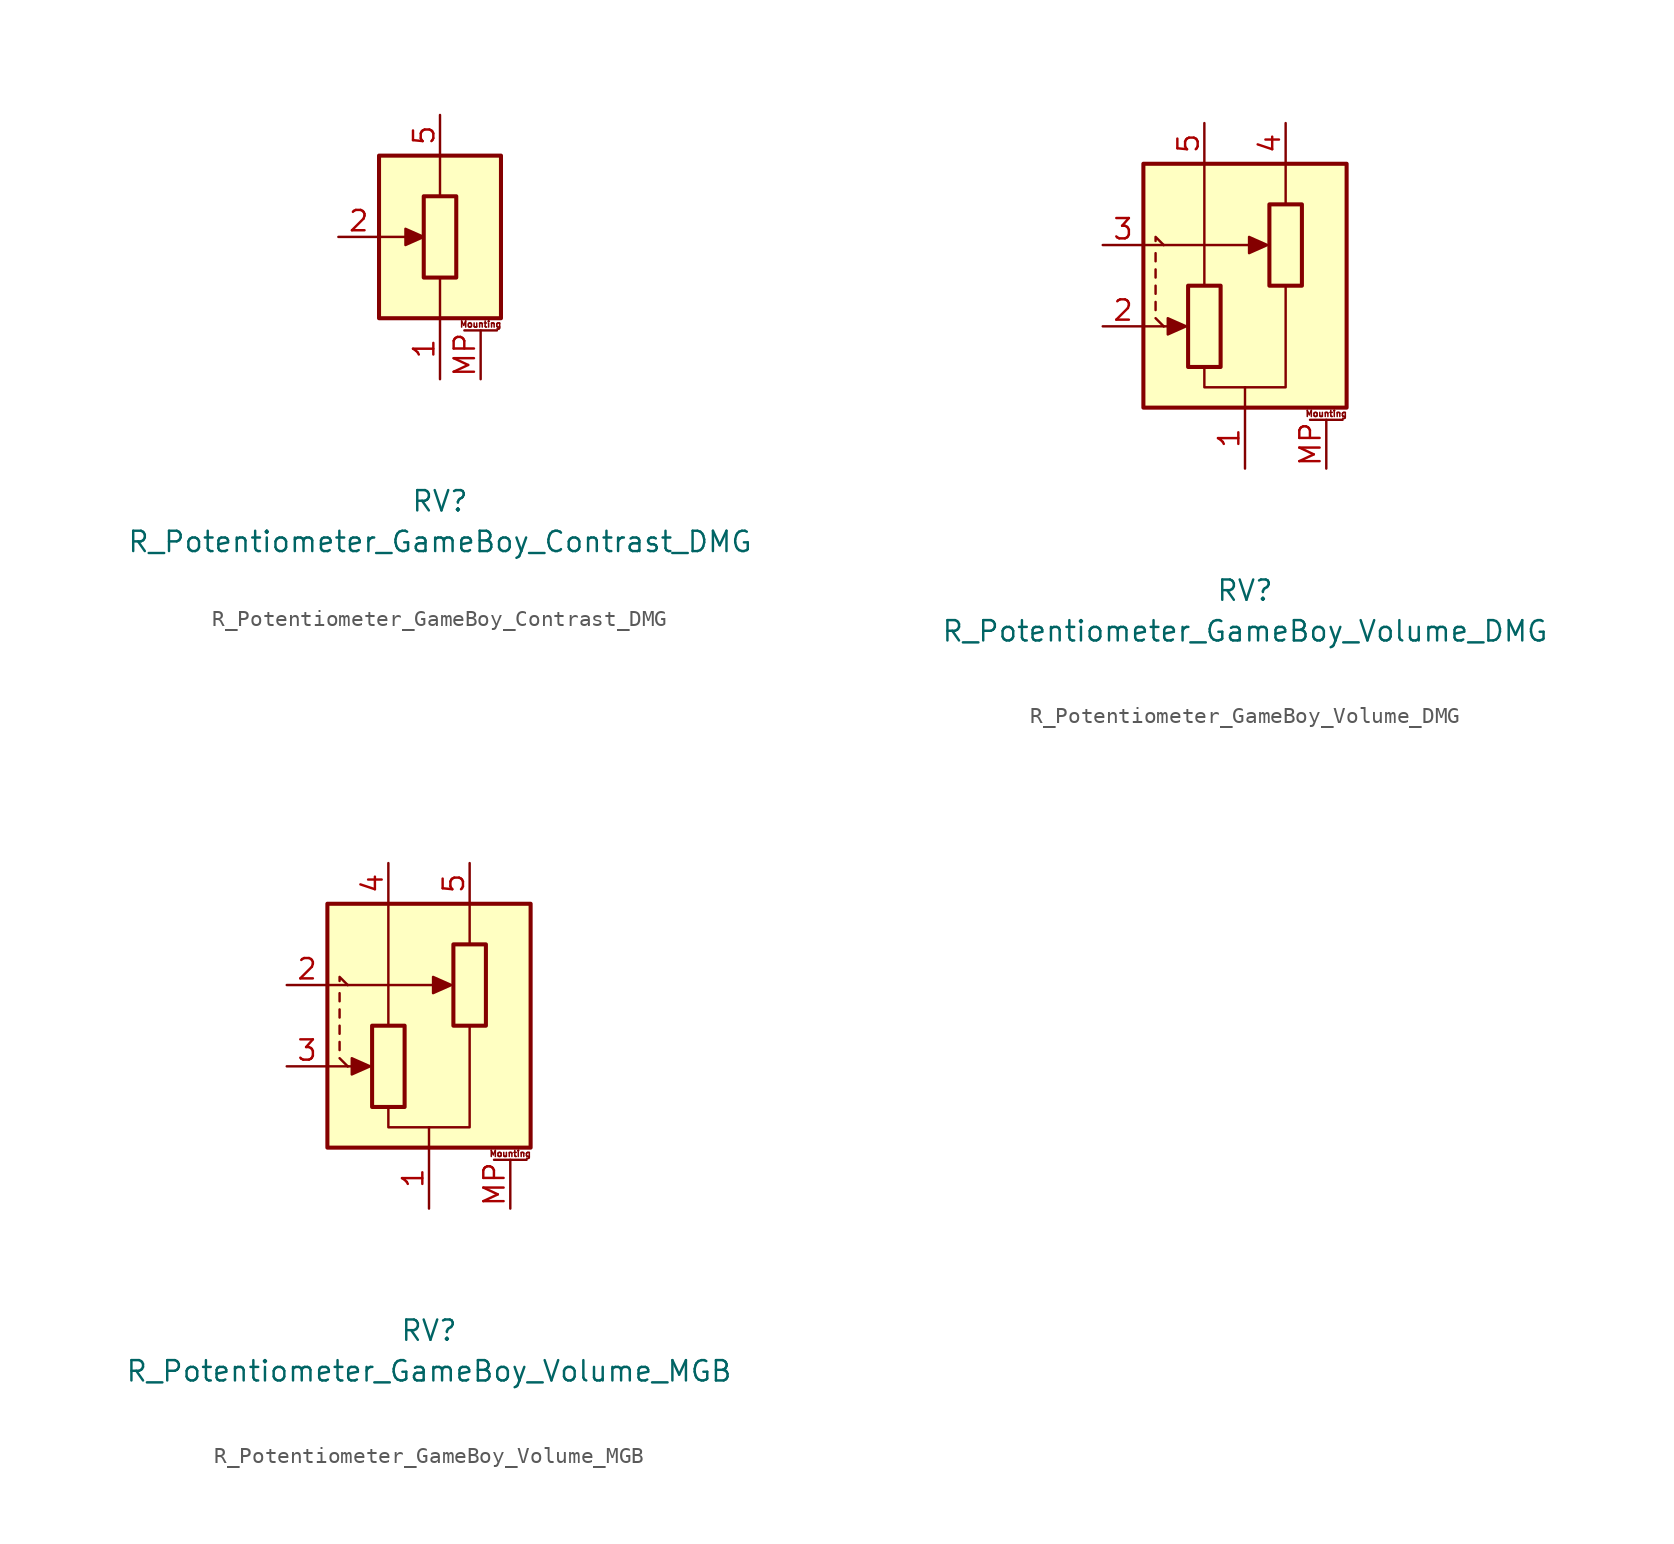
<source format=kicad_sym>
(kicad_symbol_lib
  (version 20220914)
  (generator kicad_symbol_editor)
  (symbol "R_Potentiometer_GameBoy_Contrast_DMG"
    (pin_names hide)
    (property "Reference" "RV"
      (at 0 -16.51 0)
      (effects (font (size 1.27 1.27))))
    (property "Value" "R_Potentiometer_GameBoy_Contrast_DMG"
      (at 0 -19.05 0)
      (effects (font (size 1.27 1.27))))
    (symbol "R_Potentiometer_GameBoy_Contrast_DMG_0_1"
      (rectangle (start -3.81 5.08) (end 3.81 -5.08) (stroke (width 0.254) (type default)) (fill (type background)))
      (rectangle (start -1.016 2.54) (end 1.016 -2.54) (stroke (width 0.254) (type default)) (fill (type none)))
      (polyline (pts (xy -3.81 0) (xy -2.032 0)) (stroke (width 0.152) (type default)) (fill (type none)))
      (polyline (pts (xy 0 -2.54) (xy 0 -5.08)) (stroke (width 0.152) (type default)) (fill (type none)))
      (polyline (pts (xy 0 5.08) (xy 0 2.54)) (stroke (width 0.152) (type default)) (fill (type none)))
      (polyline (pts (xy -1.016 0) (xy -2.159 -0.508) (xy -2.159 0.508) (xy -1.016 0)) (stroke (width 0) (type default)) (fill (type outline))))
    (symbol "R_Potentiometer_GameBoy_Contrast_DMG_1_1"
      (polyline (pts (xy 1.524 -5.842) (xy 3.556 -5.842)) (stroke (width 0.152) (type default)) (fill (type none)))
      (text "Mounting" (at 2.54 -5.461 0) (effects (font (size 0.381 0.381))))
      (pin passive line (at 0 -8.89 90) (length 3.81) (name "4" (effects (font (size 1.27 1.27)))) (number "1" (effects (font (size 1.27 1.27)))))
      (pin passive line (at -6.35 0 0) (length 2.54) (name "2" (effects (font (size 1.27 1.27)))) (number "2" (effects (font (size 1.27 1.27)))))
      (pin passive line (at 0 7.62 270) (length 2.54) (name "5" (effects (font (size 1.27 1.27)))) (number "5" (effects (font (size 1.27 1.27)))))
      (pin passive line (at 2.54 -8.89 90) (length 3.048) (name "MountPin" (effects (font (size 1.27 1.27)))) (number "MP" (effects (font (size 1.27 1.27)))))))
  (symbol "R_Potentiometer_GameBoy_Volume_DMG"
    (pin_names hide)
    (property "Reference" "RV"
      (at 0 -19.05 0)
      (effects (font (size 1.27 1.27))))
    (property "Value" "R_Potentiometer_GameBoy_Volume_DMG"
      (at 0 -21.59 0)
      (effects (font (size 1.27 1.27))))
    (symbol "R_Potentiometer_GameBoy_Volume_DMG_0_1"
      (rectangle (start -6.35 -7.62) (end 6.35 7.62) (stroke (width 0.254) (type default)) (fill (type background)))
      (rectangle (start -3.556 -5.08) (end -1.524 0) (stroke (width 0.254) (type default)) (fill (type none)))
      (polyline (pts (xy -6.35 -2.54) (xy -5.08 -2.54)) (stroke (width 0.152) (type default)) (fill (type none)))
      (polyline (pts (xy -6.35 2.54) (xy -5.08 2.54)) (stroke (width 0.152) (type default)) (fill (type none)))
      (polyline (pts (xy -5.588 -1.524) (xy -5.588 -1.016)) (stroke (width 0) (type default)) (fill (type none)))
      (polyline (pts (xy -5.588 -0.508) (xy -5.588 0)) (stroke (width 0) (type default)) (fill (type none)))
      (polyline (pts (xy -5.588 0.508) (xy -5.588 1.016)) (stroke (width 0) (type default)) (fill (type none)))
      (polyline (pts (xy -5.588 1.524) (xy -5.588 2.032)) (stroke (width 0) (type default)) (fill (type none)))
      (polyline (pts (xy -5.08 -2.54) (xy -5.588 -2.032)) (stroke (width 0) (type default)) (fill (type none)))
      (polyline (pts (xy -5.08 -2.54) (xy -4.826 -2.54)) (stroke (width 0) (type default)) (fill (type none)))
      (polyline (pts (xy -2.54 7.62) (xy -2.54 0)) (stroke (width 0.152) (type default)) (fill (type none)))
      (polyline (pts (xy 0 -6.35) (xy 0 -7.62)) (stroke (width 0.152) (type default)) (fill (type none)))
      (polyline (pts (xy 0.254 2.54) (xy -5.08 2.54)) (stroke (width 0) (type default)) (fill (type none)))
      (polyline (pts (xy 2.54 7.62) (xy 2.54 5.08)) (stroke (width 0.152) (type default)) (fill (type none)))
      (polyline (pts (xy -5.588 2.794) (xy -5.588 3.048) (xy -5.08 2.54)) (stroke (width 0) (type default)) (fill (type none)))
      (polyline (pts (xy 0 -6.35) (xy -2.54 -6.35) (xy -2.54 -5.08)) (stroke (width 0) (type default)) (fill (type none)))
      (polyline (pts (xy 0 -6.35) (xy 2.54 -6.35) (xy 2.54 0)) (stroke (width 0) (type default)) (fill (type none)))
      (polyline (pts (xy -3.683 -2.54) (xy -4.826 -3.048) (xy -4.826 -2.032) (xy -3.683 -2.54)) (stroke (width 0) (type default)) (fill (type outline)))
      (polyline (pts (xy 1.397 2.54) (xy 0.254 2.032) (xy 0.254 3.048) (xy 1.397 2.54)) (stroke (width 0) (type default)) (fill (type outline)))
      (rectangle (start 1.524 0) (end 3.556 5.08) (stroke (width 0.254) (type default)) (fill (type none))))
    (symbol "R_Potentiometer_GameBoy_Volume_DMG_1_1"
      (polyline (pts (xy 4.064 -8.382) (xy 6.096 -8.382)) (stroke (width 0.152) (type default)) (fill (type none)))
      (text "Mounting" (at 5.08 -8.001 0) (effects (font (size 0.381 0.381))))
      (pin passive line (at 0 -11.43 90) (length 3.81) (name "4" (effects (font (size 1.27 1.27)))) (number "1" (effects (font (size 1.27 1.27)))))
      (pin passive line (at -8.89 -2.54 0) (length 2.54) (name "2" (effects (font (size 1.27 1.27)))) (number "2" (effects (font (size 1.27 1.27)))))
      (pin passive line (at -8.89 2.54 0) (length 2.54) (name "3" (effects (font (size 1.27 1.27)))) (number "3" (effects (font (size 1.27 1.27)))))
      (pin passive line (at 2.54 10.16 270) (length 2.54) (name "4" (effects (font (size 1.27 1.27)))) (number "4" (effects (font (size 1.27 1.27)))))
      (pin passive line (at -2.54 10.16 270) (length 2.54) (name "5" (effects (font (size 1.27 1.27)))) (number "5" (effects (font (size 1.27 1.27)))))
      (pin passive line (at 5.08 -11.43 90) (length 3.048) (name "MountPin" (effects (font (size 1.27 1.27)))) (number "MP" (effects (font (size 1.27 1.27)))))))
  (symbol "R_Potentiometer_GameBoy_Volume_MGB"
    (pin_names hide)
    (property "Reference" "RV"
      (at 0 -19.05 0)
      (effects (font (size 1.27 1.27))))
    (property "Value" "R_Potentiometer_GameBoy_Volume_MGB"
      (at 0 -21.59 0)
      (effects (font (size 1.27 1.27))))
    (symbol "R_Potentiometer_GameBoy_Volume_MGB_0_1"
      (rectangle (start -6.35 -7.62) (end 6.35 7.62) (stroke (width 0.254) (type default)) (fill (type background)))
      (rectangle (start -3.556 -5.08) (end -1.524 0) (stroke (width 0.254) (type default)) (fill (type none)))
      (polyline (pts (xy -6.35 -2.54) (xy -5.08 -2.54)) (stroke (width 0.152) (type default)) (fill (type none)))
      (polyline (pts (xy -6.35 2.54) (xy -5.08 2.54)) (stroke (width 0.152) (type default)) (fill (type none)))
      (polyline (pts (xy -5.588 -1.524) (xy -5.588 -1.016)) (stroke (width 0) (type default)) (fill (type none)))
      (polyline (pts (xy -5.588 -0.508) (xy -5.588 0)) (stroke (width 0) (type default)) (fill (type none)))
      (polyline (pts (xy -5.588 0.508) (xy -5.588 1.016)) (stroke (width 0) (type default)) (fill (type none)))
      (polyline (pts (xy -5.588 1.524) (xy -5.588 2.032)) (stroke (width 0) (type default)) (fill (type none)))
      (polyline (pts (xy -5.08 -2.54) (xy -5.588 -2.032)) (stroke (width 0) (type default)) (fill (type none)))
      (polyline (pts (xy -5.08 -2.54) (xy -4.826 -2.54)) (stroke (width 0) (type default)) (fill (type none)))
      (polyline (pts (xy -2.54 7.62) (xy -2.54 0)) (stroke (width 0.152) (type default)) (fill (type none)))
      (polyline (pts (xy 0 -6.35) (xy 0 -7.62)) (stroke (width 0.152) (type default)) (fill (type none)))
      (polyline (pts (xy 0.254 2.54) (xy -5.08 2.54)) (stroke (width 0) (type default)) (fill (type none)))
      (polyline (pts (xy 2.54 7.62) (xy 2.54 5.08)) (stroke (width 0.152) (type default)) (fill (type none)))
      (polyline (pts (xy -5.588 2.794) (xy -5.588 3.048) (xy -5.08 2.54)) (stroke (width 0) (type default)) (fill (type none)))
      (polyline (pts (xy 0 -6.35) (xy -2.54 -6.35) (xy -2.54 -5.08)) (stroke (width 0) (type default)) (fill (type none)))
      (polyline (pts (xy 0 -6.35) (xy 2.54 -6.35) (xy 2.54 0)) (stroke (width 0) (type default)) (fill (type none)))
      (polyline (pts (xy -3.683 -2.54) (xy -4.826 -3.048) (xy -4.826 -2.032) (xy -3.683 -2.54)) (stroke (width 0) (type default)) (fill (type outline)))
      (polyline (pts (xy 1.397 2.54) (xy 0.254 2.032) (xy 0.254 3.048) (xy 1.397 2.54)) (stroke (width 0) (type default)) (fill (type outline)))
      (rectangle (start 1.524 0) (end 3.556 5.08) (stroke (width 0.254) (type default)) (fill (type none))))
    (symbol "R_Potentiometer_GameBoy_Volume_MGB_1_1"
      (polyline (pts (xy 4.064 -8.382) (xy 6.096 -8.382)) (stroke (width 0.152) (type default)) (fill (type none)))
      (text "Mounting" (at 5.08 -8.001 0) (effects (font (size 0.381 0.381))))
      (pin passive line (at 0 -11.43 90) (length 3.81) (name "4" (effects (font (size 1.27 1.27)))) (number "1" (effects (font (size 1.27 1.27)))))
      (pin passive line (at -8.89 2.54 0) (length 2.54) (name "2" (effects (font (size 1.27 1.27)))) (number "2" (effects (font (size 1.27 1.27)))))
      (pin passive line (at -8.89 -2.54 0) (length 2.54) (name "3" (effects (font (size 1.27 1.27)))) (number "3" (effects (font (size 1.27 1.27)))))
      (pin passive line (at -2.54 10.16 270) (length 2.54) (name "4" (effects (font (size 1.27 1.27)))) (number "4" (effects (font (size 1.27 1.27)))))
      (pin passive line (at 2.54 10.16 270) (length 2.54) (name "5" (effects (font (size 1.27 1.27)))) (number "5" (effects (font (size 1.27 1.27)))))
      (pin passive line (at 5.08 -11.43 90) (length 3.048) (name "MountPin" (effects (font (size 1.27 1.27)))) (number "MP" (effects (font (size 1.27 1.27))))))))
</source>
